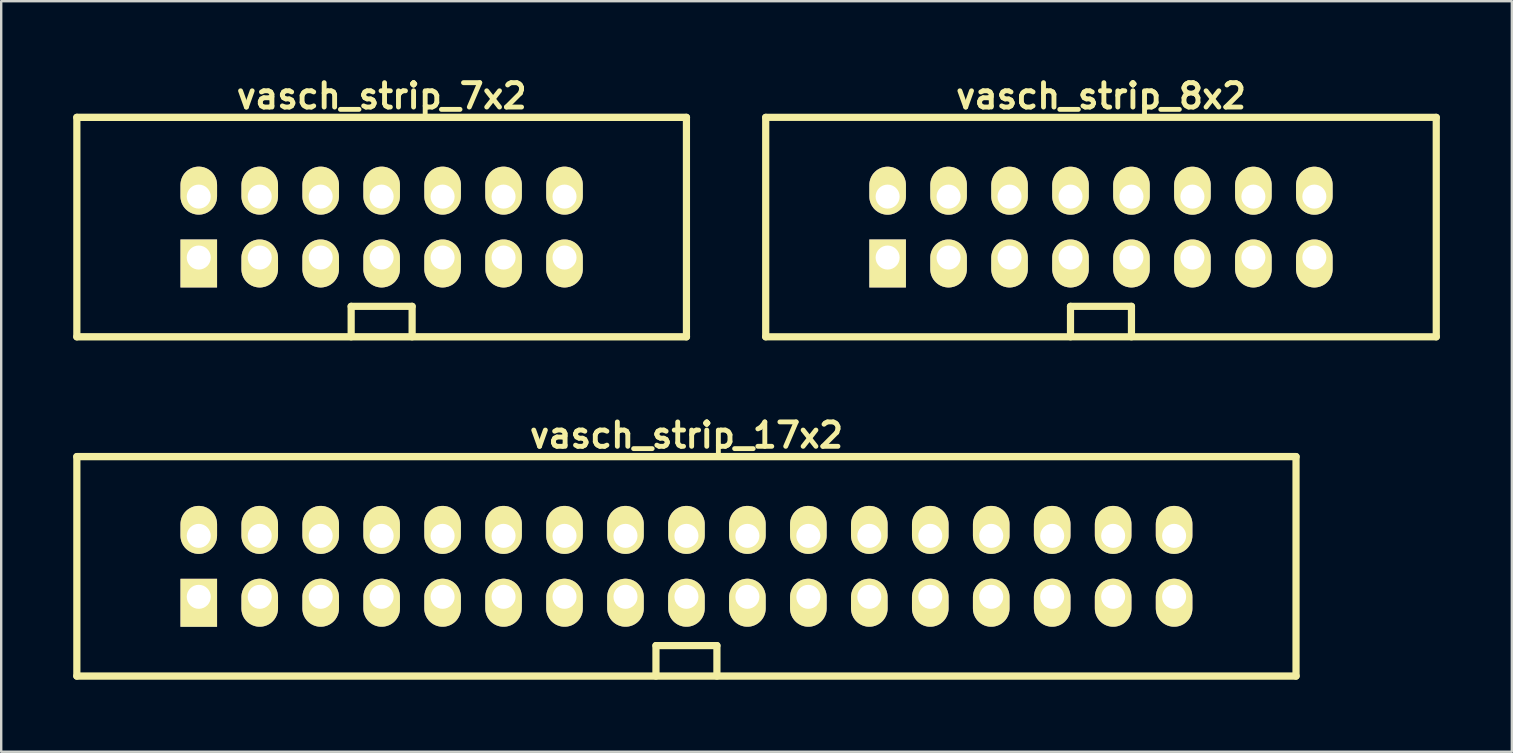
<source format=kicad_pcb>
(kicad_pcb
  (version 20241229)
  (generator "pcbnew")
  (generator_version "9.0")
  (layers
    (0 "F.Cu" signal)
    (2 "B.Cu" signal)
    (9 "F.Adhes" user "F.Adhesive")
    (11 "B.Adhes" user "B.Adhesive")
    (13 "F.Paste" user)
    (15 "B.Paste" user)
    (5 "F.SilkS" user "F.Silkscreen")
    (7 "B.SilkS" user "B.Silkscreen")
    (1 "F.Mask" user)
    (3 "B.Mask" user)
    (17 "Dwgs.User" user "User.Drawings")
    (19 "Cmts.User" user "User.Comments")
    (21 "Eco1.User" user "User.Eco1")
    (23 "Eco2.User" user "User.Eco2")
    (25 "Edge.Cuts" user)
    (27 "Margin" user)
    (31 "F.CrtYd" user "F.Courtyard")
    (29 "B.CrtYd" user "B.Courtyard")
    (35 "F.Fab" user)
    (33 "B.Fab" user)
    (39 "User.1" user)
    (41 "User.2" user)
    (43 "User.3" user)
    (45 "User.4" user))
  (footprint "vasch_strip_7x2"
    (layer "F.Cu")
    (at 12.852 6.412)
    (property "Reference" "vasch_strip_7x2" (at 0 -5.461 0) (layer "F.SilkS") (effects (font (size 1.016 1.016) (thickness 0.203))))
    (attr through_hole)
    (fp_line (start -12.7 -4.572) (end -12.7 4.572) (stroke (width 0.3) (type solid)) (layer "F.SilkS"))
    (fp_line (start -12.7 -4.572) (end 12.7 -4.572) (stroke (width 0.305) (type solid)) (layer "F.SilkS"))
    (fp_line (start -1.27 3.302) (end -1.27 4.572) (stroke (width 0.3) (type solid)) (layer "F.SilkS"))
    (fp_line (start 1.27 3.302) (end -1.27 3.302) (stroke (width 0.3) (type solid)) (layer "F.SilkS"))
    (fp_line (start 1.27 4.572) (end 1.27 3.302) (stroke (width 0.3) (type solid)) (layer "F.SilkS"))
    (fp_line (start 12.7 -4.572) (end 12.7 4.572) (stroke (width 0.3) (type solid)) (layer "F.SilkS"))
    (fp_line (start 12.7 4.572) (end -12.7 4.572) (stroke (width 0.305) (type solid)) (layer "F.SilkS"))
    (pad "1" thru_hole rect (at -7.62 1.27) (size 1.524 1.999) (drill 1.001 (offset 0 0.246)) (layers "*.Cu" "*.Mask" "F.SilkS"))
    (pad "2" thru_hole oval (at -7.62 -1.27) (size 1.524 1.999) (drill 1.001 (offset 0 -0.249)) (layers "*.Cu" "*.Mask" "F.SilkS"))
    (pad "3" thru_hole oval (at -5.08 1.27) (size 1.524 1.999) (drill 1.001 (offset 0 0.246)) (layers "*.Cu" "*.Mask" "F.SilkS"))
    (pad "4" thru_hole oval (at -5.08 -1.27) (size 1.524 1.999) (drill 1.001 (offset 0 -0.249)) (layers "*.Cu" "*.Mask" "F.SilkS"))
    (pad "5" thru_hole oval (at -2.54 1.27) (size 1.524 1.999) (drill 1.001 (offset 0 0.246)) (layers "*.Cu" "*.Mask" "F.SilkS"))
    (pad "6" thru_hole oval (at -2.54 -1.27) (size 1.524 1.999) (drill 1.001 (offset 0 -0.249)) (layers "*.Cu" "*.Mask" "F.SilkS"))
    (pad "7" thru_hole oval (at 0 1.27) (size 1.524 1.999) (drill 1.001 (offset 0 0.246)) (layers "*.Cu" "*.Mask" "F.SilkS"))
    (pad "8" thru_hole oval (at 0 -1.27) (size 1.524 1.999) (drill 1.001 (offset 0 -0.249)) (layers "*.Cu" "*.Mask" "F.SilkS"))
    (pad "9" thru_hole oval (at 2.54 1.27) (size 1.524 1.999) (drill 1.001 (offset 0 0.246)) (layers "*.Cu" "*.Mask" "F.SilkS"))
    (pad "10" thru_hole oval (at 2.54 -1.27) (size 1.524 1.999) (drill 1.001 (offset 0 -0.249)) (layers "*.Cu" "*.Mask" "F.SilkS"))
    (pad "11" thru_hole oval (at 5.08 1.27) (size 1.524 1.999) (drill 1.001 (offset 0 0.246)) (layers "*.Cu" "*.Mask" "F.SilkS"))
    (pad "12" thru_hole oval (at 5.08 -1.27) (size 1.524 1.999) (drill 1.001 (offset 0 -0.249)) (layers "*.Cu" "*.Mask" "F.SilkS"))
    (pad "13" thru_hole oval (at 7.62 1.27) (size 1.524 1.999) (drill 1.001 (offset 0 0.246)) (layers "*.Cu" "*.Mask" "F.SilkS"))
    (pad "14" thru_hole oval (at 7.62 -1.27) (size 1.524 1.999) (drill 1.001 (offset 0 -0.249)) (layers "*.Cu" "*.Mask" "F.SilkS")))
  (footprint "vasch_strip_17x2"
    (layer "F.Cu")
    (at 25.552 20.548)
    (property "Reference" "vasch_strip_17x2" (at 0 -5.461 0) (layer "F.SilkS") (effects (font (size 1.016 1.016) (thickness 0.203))))
    (attr through_hole)
    (fp_line (start -25.4 -4.572) (end -25.4 4.572) (stroke (width 0.3) (type solid)) (layer "F.SilkS"))
    (fp_line (start -25.4 -4.572) (end 25.4 -4.572) (stroke (width 0.305) (type solid)) (layer "F.SilkS"))
    (fp_line (start -1.27 3.302) (end -1.27 4.572) (stroke (width 0.3) (type solid)) (layer "F.SilkS"))
    (fp_line (start 1.27 3.302) (end -1.27 3.302) (stroke (width 0.3) (type solid)) (layer "F.SilkS"))
    (fp_line (start 1.27 4.572) (end 1.27 3.302) (stroke (width 0.3) (type solid)) (layer "F.SilkS"))
    (fp_line (start 25.4 -4.572) (end 25.4 4.572) (stroke (width 0.3) (type solid)) (layer "F.SilkS"))
    (fp_line (start 25.4 4.572) (end -25.4 4.572) (stroke (width 0.305) (type solid)) (layer "F.SilkS"))
    (pad "1" thru_hole rect (at -20.32 1.27) (size 1.524 1.999) (drill 1.001 (offset 0 0.249)) (layers "*.Cu" "*.Mask" "F.SilkS"))
    (pad "2" thru_hole oval (at -20.32 -1.27) (size 1.524 1.999) (drill 1.001 (offset 0 -0.249)) (layers "*.Cu" "*.Mask" "F.SilkS"))
    (pad "3" thru_hole oval (at -17.78 1.27) (size 1.524 1.999) (drill 1.001 (offset 0 0.246)) (layers "*.Cu" "*.Mask" "F.SilkS"))
    (pad "4" thru_hole oval (at -17.78 -1.27) (size 1.524 1.999) (drill 1.001 (offset 0 -0.249)) (layers "*.Cu" "*.Mask" "F.SilkS"))
    (pad "5" thru_hole oval (at -15.24 1.27) (size 1.524 1.999) (drill 1.001 (offset 0 0.246)) (layers "*.Cu" "*.Mask" "F.SilkS"))
    (pad "6" thru_hole oval (at -15.24 -1.27) (size 1.524 1.999) (drill 1.001 (offset 0 -0.249)) (layers "*.Cu" "*.Mask" "F.SilkS"))
    (pad "7" thru_hole oval (at -12.7 1.27) (size 1.524 1.999) (drill 1.001 (offset 0 0.246)) (layers "*.Cu" "*.Mask" "F.SilkS"))
    (pad "8" thru_hole oval (at -12.7 -1.27) (size 1.524 1.999) (drill 1.001 (offset 0 -0.249)) (layers "*.Cu" "*.Mask" "F.SilkS"))
    (pad "9" thru_hole oval (at -10.16 1.27) (size 1.524 1.999) (drill 1.001 (offset 0 0.246)) (layers "*.Cu" "*.Mask" "F.SilkS"))
    (pad "10" thru_hole oval (at -10.16 -1.27) (size 1.524 1.999) (drill 1.001 (offset 0 -0.249)) (layers "*.Cu" "*.Mask" "F.SilkS"))
    (pad "11" thru_hole oval (at -7.62 1.27) (size 1.524 1.999) (drill 1.001 (offset 0 0.246)) (layers "*.Cu" "*.Mask" "F.SilkS"))
    (pad "12" thru_hole oval (at -7.62 -1.27) (size 1.524 1.999) (drill 1.001 (offset 0 -0.249)) (layers "*.Cu" "*.Mask" "F.SilkS"))
    (pad "13" thru_hole oval (at -5.08 1.27) (size 1.524 1.999) (drill 1.001 (offset 0 0.246)) (layers "*.Cu" "*.Mask" "F.SilkS"))
    (pad "14" thru_hole oval (at -5.08 -1.27) (size 1.524 1.999) (drill 1.001 (offset 0 -0.249)) (layers "*.Cu" "*.Mask" "F.SilkS"))
    (pad "15" thru_hole oval (at -2.54 1.27) (size 1.524 1.999) (drill 1.001 (offset 0 0.246)) (layers "*.Cu" "*.Mask" "F.SilkS"))
    (pad "16" thru_hole oval (at -2.54 -1.27) (size 1.524 1.999) (drill 1.001 (offset 0 -0.249)) (layers "*.Cu" "*.Mask" "F.SilkS"))
    (pad "17" thru_hole oval (at 0 1.27) (size 1.524 1.999) (drill 1.001 (offset 0 0.246)) (layers "*.Cu" "*.Mask" "F.SilkS"))
    (pad "18" thru_hole oval (at 0 -1.27) (size 1.524 1.999) (drill 1.001 (offset 0 -0.249)) (layers "*.Cu" "*.Mask" "F.SilkS"))
    (pad "19" thru_hole oval (at 2.54 1.27) (size 1.524 1.999) (drill 1.001 (offset 0 0.246)) (layers "*.Cu" "*.Mask" "F.SilkS"))
    (pad "20" thru_hole oval (at 2.54 -1.27) (size 1.524 1.999) (drill 1.001 (offset 0 -0.249)) (layers "*.Cu" "*.Mask" "F.SilkS"))
    (pad "21" thru_hole oval (at 5.08 1.27) (size 1.524 1.999) (drill 1.001 (offset 0 0.246)) (layers "*.Cu" "*.Mask" "F.SilkS"))
    (pad "22" thru_hole oval (at 5.08 -1.27) (size 1.524 1.999) (drill 1.001 (offset 0 -0.249)) (layers "*.Cu" "*.Mask" "F.SilkS"))
    (pad "23" thru_hole oval (at 7.62 1.27) (size 1.524 1.999) (drill 1.001 (offset 0 0.246)) (layers "*.Cu" "*.Mask" "F.SilkS"))
    (pad "24" thru_hole oval (at 7.62 -1.27) (size 1.524 1.999) (drill 1.001 (offset 0 -0.249)) (layers "*.Cu" "*.Mask" "F.SilkS"))
    (pad "25" thru_hole oval (at 10.16 1.27) (size 1.524 1.999) (drill 1.001 (offset 0 0.246)) (layers "*.Cu" "*.Mask" "F.SilkS"))
    (pad "26" thru_hole oval (at 10.16 -1.27) (size 1.524 1.999) (drill 1.001 (offset 0 -0.249)) (layers "*.Cu" "*.Mask" "F.SilkS"))
    (pad "27" thru_hole oval (at 12.7 1.27) (size 1.524 1.999) (drill 1.001 (offset 0 0.246)) (layers "*.Cu" "*.Mask" "F.SilkS"))
    (pad "28" thru_hole oval (at 12.7 -1.27) (size 1.524 1.999) (drill 1.001 (offset 0 -0.249)) (layers "*.Cu" "*.Mask" "F.SilkS"))
    (pad "29" thru_hole oval (at 15.24 1.27) (size 1.524 1.999) (drill 1.001 (offset 0 0.246)) (layers "*.Cu" "*.Mask" "F.SilkS"))
    (pad "30" thru_hole oval (at 15.24 -1.27) (size 1.524 1.999) (drill 1.001 (offset 0 -0.249)) (layers "*.Cu" "*.Mask" "F.SilkS"))
    (pad "31" thru_hole oval (at 17.78 1.27) (size 1.524 1.999) (drill 1.001 (offset 0 0.246)) (layers "*.Cu" "*.Mask" "F.SilkS"))
    (pad "32" thru_hole oval (at 17.78 -1.27) (size 1.524 1.999) (drill 1.001 (offset 0 -0.249)) (layers "*.Cu" "*.Mask" "F.SilkS"))
    (pad "33" thru_hole oval (at 20.32 1.27) (size 1.524 1.999) (drill 1.001 (offset 0 0.246)) (layers "*.Cu" "*.Mask" "F.SilkS"))
    (pad "34" thru_hole oval (at 20.32 -1.27) (size 1.524 1.999) (drill 1.001 (offset 0 -0.249)) (layers "*.Cu" "*.Mask" "F.SilkS")))
  (footprint "vasch_strip_8x2"
    (layer "F.Cu")
    (at 42.825 6.412)
    (property "Reference" "vasch_strip_8x2" (at 0 -5.461 0) (layer "F.SilkS") (effects (font (size 1.016 1.016) (thickness 0.203))))
    (attr through_hole)
    (fp_line (start -13.97 -4.572) (end -13.97 4.572) (stroke (width 0.3) (type solid)) (layer "F.SilkS"))
    (fp_line (start -13.97 -4.572) (end 13.97 -4.572) (stroke (width 0.3) (type solid)) (layer "F.SilkS"))
    (fp_line (start -1.27 3.302) (end -1.27 4.572) (stroke (width 0.3) (type solid)) (layer "F.SilkS"))
    (fp_line (start 1.27 3.302) (end -1.27 3.302) (stroke (width 0.3) (type solid)) (layer "F.SilkS"))
    (fp_line (start 1.27 4.572) (end 1.27 3.302) (stroke (width 0.3) (type solid)) (layer "F.SilkS"))
    (fp_line (start 13.97 -4.572) (end 13.97 4.572) (stroke (width 0.3) (type solid)) (layer "F.SilkS"))
    (fp_line (start 13.97 4.572) (end -13.97 4.572) (stroke (width 0.3) (type solid)) (layer "F.SilkS"))
    (pad "1" thru_hole rect (at -8.89 1.27) (size 1.524 1.999) (drill 1.001 (offset 0 0.246)) (layers "*.Cu" "*.Mask" "F.SilkS"))
    (pad "2" thru_hole oval (at -8.89 -1.27) (size 1.524 1.999) (drill 1.001 (offset 0 -0.246)) (layers "*.Cu" "*.Mask" "F.SilkS"))
    (pad "3" thru_hole oval (at -6.35 1.27) (size 1.524 1.999) (drill 1.001 (offset 0 0.246)) (layers "*.Cu" "*.Mask" "F.SilkS"))
    (pad "4" thru_hole oval (at -6.35 -1.27) (size 1.524 1.999) (drill 1.001 (offset 0 -0.246)) (layers "*.Cu" "*.Mask" "F.SilkS"))
    (pad "5" thru_hole oval (at -3.81 1.27) (size 1.524 1.999) (drill 1.001 (offset 0 0.246)) (layers "*.Cu" "*.Mask" "F.SilkS"))
    (pad "6" thru_hole oval (at -3.81 -1.27) (size 1.524 1.999) (drill 1.001 (offset 0 -0.246)) (layers "*.Cu" "*.Mask" "F.SilkS"))
    (pad "7" thru_hole oval (at -1.27 1.27) (size 1.524 1.999) (drill 1.001 (offset 0 0.246)) (layers "*.Cu" "*.Mask" "F.SilkS"))
    (pad "8" thru_hole oval (at -1.27 -1.27) (size 1.524 1.999) (drill 1.001 (offset 0 -0.246)) (layers "*.Cu" "*.Mask" "F.SilkS"))
    (pad "9" thru_hole oval (at 1.27 1.27) (size 1.524 1.999) (drill 1.001 (offset 0 0.246)) (layers "*.Cu" "*.Mask" "F.SilkS"))
    (pad "10" thru_hole oval (at 1.27 -1.27) (size 1.524 1.999) (drill 1.001 (offset 0 -0.246)) (layers "*.Cu" "*.Mask" "F.SilkS"))
    (pad "11" thru_hole oval (at 3.81 1.27) (size 1.524 1.999) (drill 1.001 (offset 0 0.246)) (layers "*.Cu" "*.Mask" "F.SilkS"))
    (pad "12" thru_hole oval (at 3.81 -1.27) (size 1.524 1.999) (drill 1.001 (offset 0 -0.246)) (layers "*.Cu" "*.Mask" "F.SilkS"))
    (pad "13" thru_hole oval (at 6.35 1.27) (size 1.524 1.999) (drill 1.001 (offset 0 0.246)) (layers "*.Cu" "*.Mask" "F.SilkS"))
    (pad "14" thru_hole oval (at 6.35 -1.27) (size 1.524 1.999) (drill 1.001 (offset 0 -0.246)) (layers "*.Cu" "*.Mask" "F.SilkS"))
    (pad "15" thru_hole oval (at 8.89 1.27) (size 1.524 1.999) (drill 1.001 (offset 0 0.246)) (layers "*.Cu" "*.Mask" "F.SilkS"))
    (pad "16" thru_hole oval (at 8.89 -1.27) (size 1.524 1.999) (drill 1.001 (offset 0 -0.246)) (layers "*.Cu" "*.Mask" "F.SilkS")))
  (gr_rect
    (start -3 -3)
    (end 59.945 28.273)
    (stroke (width 0.1) (type default))
    (fill no)
    (layer "Edge.Cuts")))
</source>
